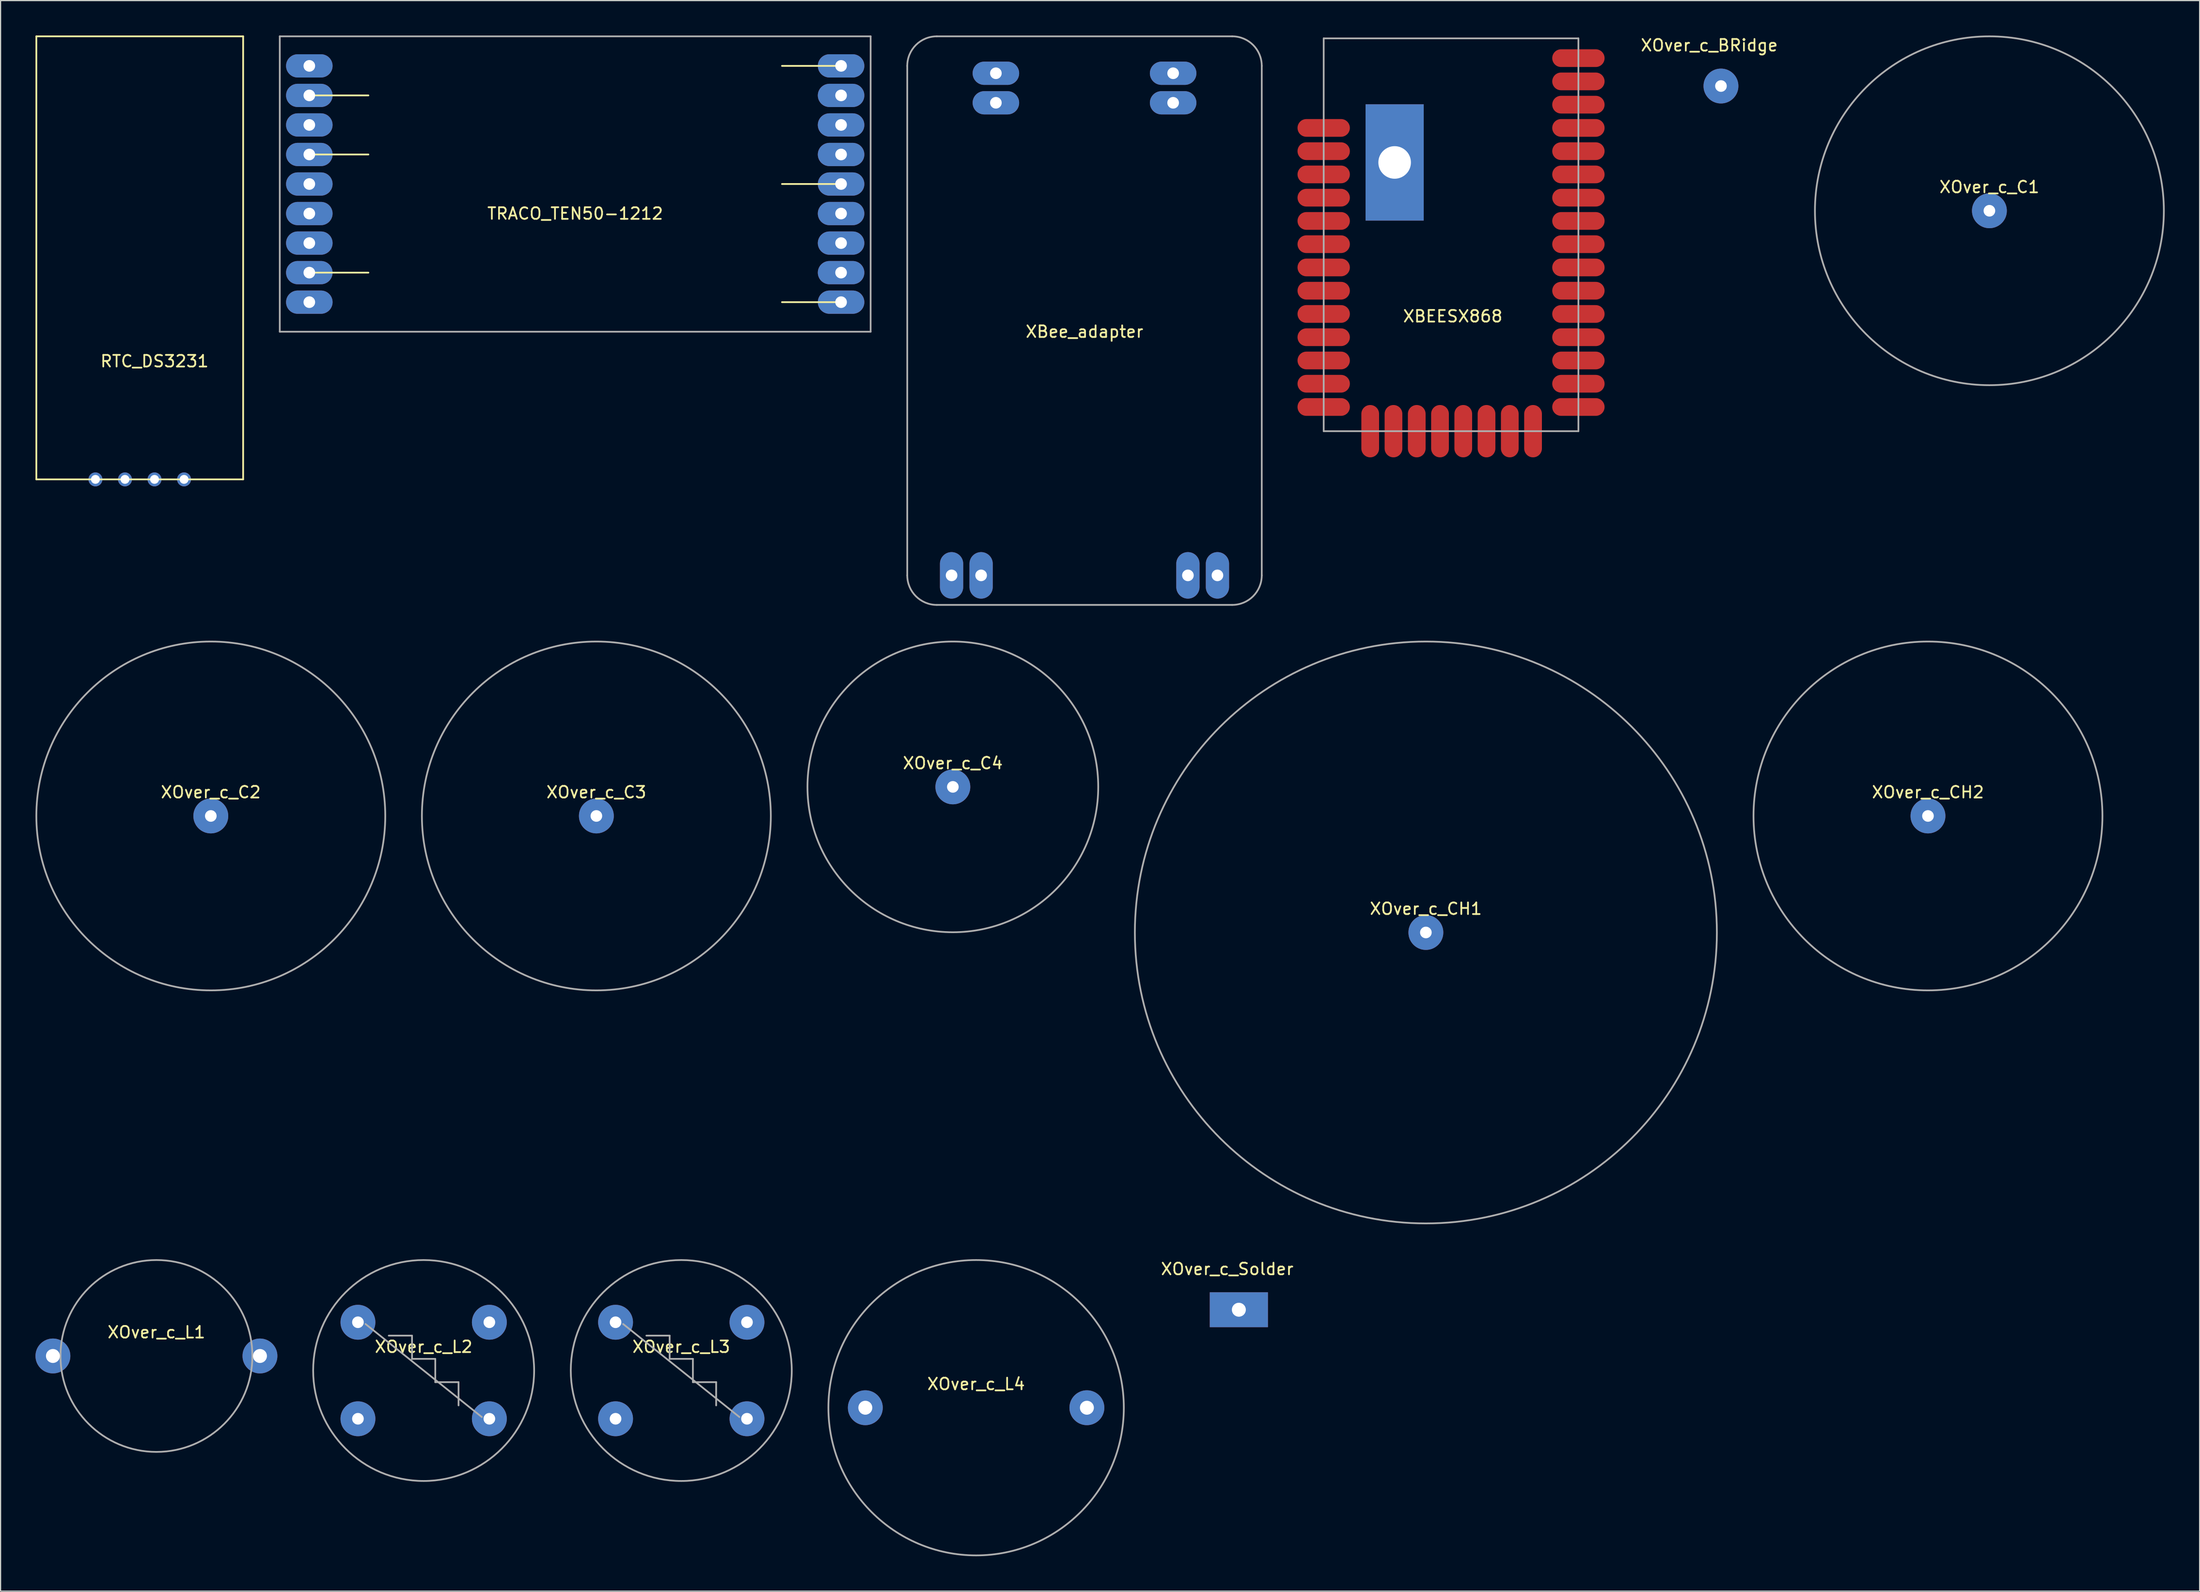
<source format=kicad_pcb>
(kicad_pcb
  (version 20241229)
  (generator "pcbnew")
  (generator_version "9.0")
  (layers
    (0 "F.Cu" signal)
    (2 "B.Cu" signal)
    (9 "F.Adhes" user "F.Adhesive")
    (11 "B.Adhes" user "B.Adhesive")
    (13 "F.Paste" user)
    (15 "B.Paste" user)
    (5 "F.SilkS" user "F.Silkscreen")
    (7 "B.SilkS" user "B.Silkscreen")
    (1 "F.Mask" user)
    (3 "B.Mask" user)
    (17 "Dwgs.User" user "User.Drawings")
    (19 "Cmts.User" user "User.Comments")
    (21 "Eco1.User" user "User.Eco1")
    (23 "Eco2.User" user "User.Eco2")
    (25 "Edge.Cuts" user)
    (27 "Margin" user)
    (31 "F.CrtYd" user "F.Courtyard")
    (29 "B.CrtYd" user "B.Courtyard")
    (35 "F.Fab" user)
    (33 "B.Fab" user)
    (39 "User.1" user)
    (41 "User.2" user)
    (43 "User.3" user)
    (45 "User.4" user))
  (footprint "XOver_c_C1"
    (layer "F.Cu")
    (at 167.997 15.075)
    (property "Reference" "XOver_c_C1" (at 0 -2.04 0) (layer "F.SilkS") (effects (font (size 1 1) (thickness 0.15))))
    (attr through_hole)
    (fp_circle (center 0 0) (end 15 0) (stroke (width 0.15) (type solid)) (fill no) (layer "F.Fab"))
    (pad "1" thru_hole circle (at 0 0) (size 3 3) (drill 1) (layers "*.Mask" "B.Cu")))
  (footprint "XOver_c_L3"
    (layer "F.Cu")
    (at 55.525 114.81)
    (property "Reference" "XOver_c_L3" (at 0 -2.04 0) (layer "F.SilkS") (effects (font (size 1 1) (thickness 0.15))))
    (attr through_hole)
    (fp_line (start -5 -4) (end 5 4) (stroke (width 0.15) (type solid)) (layer "F.Fab"))
    (fp_line (start -3 -3) (end -1 -3) (stroke (width 0.15) (type solid)) (layer "F.Fab"))
    (fp_line (start -1 -3) (end -1 -1) (stroke (width 0.15) (type solid)) (layer "F.Fab"))
    (fp_line (start -1 -1) (end 1 -1) (stroke (width 0.15) (type solid)) (layer "F.Fab"))
    (fp_line (start 1 -1) (end 1 1) (stroke (width 0.15) (type solid)) (layer "F.Fab"))
    (fp_line (start 1 1) (end 3 1) (stroke (width 0.15) (type solid)) (layer "F.Fab"))
    (fp_line (start 3 1) (end 3 3) (stroke (width 0.15) (type solid)) (layer "F.Fab"))
    (fp_circle (center 0 0) (end 9.5 0) (stroke (width 0.15) (type solid)) (fill no) (layer "F.Fab"))
    (pad "1" thru_hole circle (at 5.65 4.15) (size 3 3) (drill 1) (layers "*.Cu" "*.Mask"))
    (pad "2" thru_hole circle (at -5.65 4.15) (size 3 3) (drill 1) (layers "*.Cu" "*.Mask"))
    (pad "3" thru_hole circle (at -5.65 -4.15) (size 3 3) (drill 1) (layers "*.Cu" "*.Mask"))
    (pad "4" thru_hole circle (at 5.65 -4.15) (size 3 3) (drill 1) (layers "*.Cu" "*.Mask")))
  (footprint "XOver_c_CH2"
    (layer "F.Cu")
    (at 162.715 67.12)
    (property "Reference" "XOver_c_CH2" (at 0 -2.04 0) (layer "F.SilkS") (effects (font (size 1 1) (thickness 0.15))))
    (attr through_hole)
    (fp_circle (center 0 0) (end 15 0) (stroke (width 0.15) (type solid)) (fill no) (layer "F.Fab"))
    (pad "1" thru_hole circle (at 0 0) (size 3 3) (drill 1) (layers "*.Mask" "B.Cu")))
  (footprint "XOver_c_C2"
    (layer "F.Cu")
    (at 15.075 67.12)
    (property "Reference" "XOver_c_C2" (at 0 -2.04 0) (layer "F.SilkS") (effects (font (size 1 1) (thickness 0.15))))
    (attr through_hole)
    (fp_circle (center 0 0) (end 15 0) (stroke (width 0.15) (type solid)) (fill no) (layer "F.Fab"))
    (pad "1" thru_hole circle (at 0 0) (size 3 3) (drill 1) (layers "*.Mask" "B.Cu")))
  (footprint "RTC_DS3231"
    (layer "F.Cu")
    (at 10.235 33.095)
    (property "Reference" "RTC_DS3231" (at 0 -5.08 0) (layer "F.SilkS") (effects (font (size 1 1) (thickness 0.15))))
    (attr through_hole)
    (fp_line (start -10.16 -33.02) (end -10.16 5.08) (stroke (width 0.15) (type solid)) (layer "F.SilkS"))
    (fp_line (start -10.16 5.08) (end 7.62 5.08) (stroke (width 0.15) (type solid)) (layer "F.SilkS"))
    (fp_line (start 7.62 -33.02) (end -10.16 -33.02) (stroke (width 0.15) (type solid)) (layer "F.SilkS"))
    (fp_line (start 7.62 5.08) (end 7.62 -33.02) (stroke (width 0.15) (type solid)) (layer "F.SilkS"))
    (pad "1" thru_hole circle (at -5.08 5.08) (size 1.2 1.2) (drill 0.762) (layers "*.Cu" "*.Mask"))
    (pad "2" thru_hole circle (at -2.54 5.08) (size 1.2 1.2) (drill 0.762) (layers "*.Cu" "*.Mask"))
    (pad "3" thru_hole circle (at 0 5.08) (size 1.2 1.2) (drill 0.762) (layers "*.Cu" "*.Mask"))
    (pad "4" thru_hole circle (at 2.54 5.08) (size 1.2 1.2) (drill 0.762) (layers "*.Cu" "*.Mask")))
  (footprint "XOver_c_C3"
    (layer "F.Cu")
    (at 48.225 67.12)
    (property "Reference" "XOver_c_C3" (at 0 -2.04 0) (layer "F.SilkS") (effects (font (size 1 1) (thickness 0.15))))
    (attr through_hole)
    (fp_circle (center 0 0) (end 15 0) (stroke (width 0.15) (type solid)) (fill no) (layer "F.Fab"))
    (pad "1" thru_hole circle (at 0 0) (size 3 3) (drill 1) (layers "*.Mask" "B.Cu")))
  (footprint "XBEESX868"
    (layer "F.Cu")
    (at 110.76 0.25)
    (property "Reference" "XBEESX868" (at 11.1 23.9 0) (layer "F.SilkS") (effects (font (size 1 1) (thickness 0.15))))
    (attr through_hole)
    (fp_line (start 0 0) (end 0 33.78) (stroke (width 0.15) (type solid)) (layer "F.Fab"))
    (fp_line (start 0 0) (end 21.9 0) (stroke (width 0.15) (type solid)) (layer "F.Fab"))
    (fp_line (start 0 33.78) (end 21.9 33.78) (stroke (width 0.15) (type solid)) (layer "F.Fab"))
    (fp_line (start 21.9 0) (end 21.9 33.78) (stroke (width 0.15) (type solid)) (layer "F.Fab"))
    (pad "1" smd oval (at 0 7.7) (size 4.5 1.524) (layers "F.Cu" "F.Mask" "F.Paste"))
    (pad "2" smd oval (at 0 9.7) (size 4.5 1.524) (layers "F.Cu" "F.Mask" "F.Paste"))
    (pad "3" smd oval (at 0 11.7) (size 4.5 1.524) (layers "F.Cu" "F.Mask" "F.Paste"))
    (pad "4" smd oval (at 0 13.7) (size 4.5 1.524) (layers "F.Cu" "F.Mask" "F.Paste"))
    (pad "5" smd oval (at 0 15.7) (size 4.5 1.524) (layers "F.Cu" "F.Mask" "F.Paste"))
    (pad "6" smd oval (at 0 17.7) (size 4.5 1.524) (layers "F.Cu" "F.Mask" "F.Paste"))
    (pad "7" smd oval (at 0 19.7) (size 4.5 1.524) (layers "F.Cu" "F.Mask" "F.Paste"))
    (pad "8" smd oval (at 0 21.7) (size 4.5 1.524) (layers "F.Cu" "F.Mask" "F.Paste"))
    (pad "9" smd oval (at 0 23.7) (size 4.5 1.524) (layers "F.Cu" "F.Mask" "F.Paste"))
    (pad "10" smd oval (at 0 25.7) (size 4.5 1.524) (layers "F.Cu" "F.Mask" "F.Paste"))
    (pad "11" smd oval (at 0 27.7) (size 4.5 1.524) (layers "F.Cu" "F.Mask" "F.Paste"))
    (pad "12" smd oval (at 0 29.7) (size 4.5 1.524) (layers "F.Cu" "F.Mask" "F.Paste"))
    (pad "13" smd oval (at 0 31.7) (size 4.5 1.524) (layers "F.Cu" "F.Mask" "F.Paste"))
    (pad "14" smd oval (at 4 33.78) (size 1.524 4.5) (layers "F.Cu" "F.Mask" "F.Paste"))
    (pad "15" smd oval (at 6 33.78) (size 1.524 4.5) (layers "F.Cu" "F.Mask" "F.Paste"))
    (pad "16" smd oval (at 8 33.78) (size 1.524 4.5) (layers "F.Cu" "F.Mask" "F.Paste"))
    (pad "17" smd oval (at 10 33.78) (size 1.524 4.5) (layers "F.Cu" "F.Mask" "F.Paste"))
    (pad "18" smd oval (at 12 33.78) (size 1.524 4.5) (layers "F.Cu" "F.Mask" "F.Paste"))
    (pad "19" smd oval (at 14 33.78) (size 1.524 4.5) (layers "F.Cu" "F.Mask" "F.Paste"))
    (pad "20" smd oval (at 16 33.78) (size 1.524 4.5) (layers "F.Cu" "F.Mask" "F.Paste"))
    (pad "21" smd oval (at 18 33.78) (size 1.524 4.5) (layers "F.Cu" "F.Mask" "F.Paste"))
    (pad "22" smd oval (at 21.9 31.7) (size 4.5 1.524) (layers "F.Cu" "F.Mask" "F.Paste"))
    (pad "23" smd oval (at 21.9 29.7) (size 4.5 1.524) (layers "F.Cu" "F.Mask" "F.Paste"))
    (pad "24" smd oval (at 21.9 27.7) (size 4.5 1.524) (layers "F.Cu" "F.Mask" "F.Paste"))
    (pad "25" smd oval (at 21.9 25.7) (size 4.5 1.524) (layers "F.Cu" "F.Mask" "F.Paste"))
    (pad "26" smd oval (at 21.9 23.7) (size 4.5 1.524) (layers "F.Cu" "F.Mask" "F.Paste"))
    (pad "27" smd oval (at 21.9 21.7) (size 4.5 1.524) (layers "F.Cu" "F.Mask" "F.Paste"))
    (pad "28" smd oval (at 21.9 19.7) (size 4.5 1.524) (layers "F.Cu" "F.Mask" "F.Paste"))
    (pad "29" smd oval (at 21.9 17.7) (size 4.5 1.524) (layers "F.Cu" "F.Mask" "F.Paste"))
    (pad "30" smd oval (at 21.9 15.7) (size 4.5 1.524) (layers "F.Cu" "F.Mask" "F.Paste"))
    (pad "31" smd oval (at 21.9 13.7) (size 4.5 1.524) (layers "F.Cu" "F.Mask" "F.Paste"))
    (pad "32" smd oval (at 21.9 11.7) (size 4.5 1.524) (layers "F.Cu" "F.Mask" "F.Paste"))
    (pad "33" smd oval (at 21.9 9.7) (size 4.5 1.524) (layers "F.Cu" "F.Mask" "F.Paste"))
    (pad "34" smd oval (at 21.9 7.7) (size 4.5 1.524) (layers "F.Cu" "F.Mask" "F.Paste"))
    (pad "35" smd oval (at 21.9 5.7) (size 4.5 1.524) (layers "F.Cu" "F.Mask" "F.Paste"))
    (pad "36" smd oval (at 21.9 3.7) (size 4.5 1.524) (layers "F.Cu" "F.Mask" "F.Paste"))
    (pad "37" smd oval (at 21.9 1.7) (size 4.5 1.524) (layers "F.Cu" "F.Mask" "F.Paste"))
    (pad "38" thru_hole rect (at 6.1 10.67) (size 5 10) (drill 2.8) (layers "*.Cu" "*.Paste" "*.Mask")))
  (footprint "XBee_adapter"
    (layer "F.Cu")
    (at 82.575 3.25)
    (property "Reference" "XBee_adapter" (at 7.62 22.225 0) (layer "F.SilkS") (effects (font (size 1 1) (thickness 0.15))))
    (attr through_hole)
    (fp_line (start -7.62 -0.635) (end -7.62 43.18) (stroke (width 0.15) (type solid)) (layer "F.Fab"))
    (fp_line (start -5.08 -3.175) (end 20.32 -3.175) (stroke (width 0.15) (type solid)) (layer "F.Fab"))
    (fp_line (start -5.08 45.72) (end 20.32 45.72) (stroke (width 0.15) (type solid)) (layer "F.Fab"))
    (fp_line (start 22.86 43.18) (end 22.86 -0.635) (stroke (width 0.15) (type solid)) (layer "F.Fab"))
    (fp_arc (start -7.62 -0.635) (mid -6.876051 -2.431051) (end -5.08 -3.175) (stroke (width 0.15) (type solid)) (layer "F.Fab"))
    (fp_arc (start -5.08 45.72) (mid -6.876051 44.976051) (end -7.62 43.18) (stroke (width 0.15) (type solid)) (layer "F.Fab"))
    (fp_arc (start 20.32 -3.175) (mid 22.116051 -2.431051) (end 22.86 -0.635) (stroke (width 0.15) (type solid)) (layer "F.Fab"))
    (fp_arc (start 22.86 43.18) (mid 22.116051 44.976051) (end 20.32 45.72) (stroke (width 0.15) (type solid)) (layer "F.Fab"))
    (pad "1" thru_hole oval (at 15.24 0) (size 4 2) (drill 1) (layers "*.Cu" "*.Mask"))
    (pad "2" thru_hole oval (at 15.24 2.54) (size 4 2) (drill 1) (layers "*.Cu" "*.Mask"))
    (pad "3" thru_hole oval (at 0 0) (size 4 2) (drill 1) (layers "*.Cu" "*.Mask"))
    (pad "4" thru_hole oval (at 0 2.54) (size 4 2) (drill 1) (layers "*.Cu" "*.Mask"))
    (pad "5" thru_hole oval (at 16.51 43.18) (size 2 4) (drill 1) (layers "*.Cu" "*.Mask"))
    (pad "6" thru_hole oval (at 19.05 43.18) (size 2 4) (drill 1) (layers "*.Cu" "*.Mask"))
    (pad "7" thru_hole oval (at -1.27 43.18) (size 2 4) (drill 1) (layers "*.Cu" "*.Mask"))
    (pad "8" thru_hole oval (at -3.81 43.18) (size 2 4) (drill 1) (layers "*.Cu" "*.Mask")))
  (footprint "XOver_c_BRidge"
    (layer "F.Cu")
    (at 144.916 4.348)
    (property "Reference" "XOver_c_BRidge" (at -1 -3.5 0) (layer "F.SilkS") (effects (font (size 1 1) (thickness 0.15))))
    (attr through_hole)
    (pad "1" thru_hole circle (at 0 0) (size 3 3) (drill 1) (layers "*.Mask" "B.Cu")))
  (footprint "XOver_c_L2"
    (layer "F.Cu")
    (at 33.375 114.81)
    (property "Reference" "XOver_c_L2" (at 0 -2.04 0) (layer "F.SilkS") (effects (font (size 1 1) (thickness 0.15))))
    (attr through_hole)
    (fp_line (start -5 -4) (end 5 4) (stroke (width 0.15) (type solid)) (layer "F.Fab"))
    (fp_line (start -3 -3) (end -1 -3) (stroke (width 0.15) (type solid)) (layer "F.Fab"))
    (fp_line (start -1 -3) (end -1 -1) (stroke (width 0.15) (type solid)) (layer "F.Fab"))
    (fp_line (start -1 -1) (end 1 -1) (stroke (width 0.15) (type solid)) (layer "F.Fab"))
    (fp_line (start 1 -1) (end 1 1) (stroke (width 0.15) (type solid)) (layer "F.Fab"))
    (fp_line (start 1 1) (end 3 1) (stroke (width 0.15) (type solid)) (layer "F.Fab"))
    (fp_line (start 3 1) (end 3 3) (stroke (width 0.15) (type solid)) (layer "F.Fab"))
    (fp_circle (center 0 0) (end 9.5 0) (stroke (width 0.15) (type solid)) (fill no) (layer "F.Fab"))
    (pad "1" thru_hole circle (at 5.65 4.15) (size 3 3) (drill 1) (layers "*.Cu" "*.Mask"))
    (pad "2" thru_hole circle (at -5.65 4.15) (size 3 3) (drill 1) (layers "*.Cu" "*.Mask"))
    (pad "3" thru_hole circle (at -5.65 -4.15) (size 3 3) (drill 1) (layers "*.Cu" "*.Mask"))
    (pad "4" thru_hole circle (at 5.65 -4.15) (size 3 3) (drill 1) (layers "*.Cu" "*.Mask")))
  (footprint "XOver_c_Solder"
    (layer "F.Cu")
    (at 103.465 109.583)
    (property "Reference" "XOver_c_Solder" (at -1 -3.5 0) (layer "F.SilkS") (effects (font (size 1 1) (thickness 0.15))))
    (attr through_hole)
    (pad "1" thru_hole rect (at 0 0) (size 5 3) (drill 1.2) (layers "*.Cu" "*.Mask")))
  (footprint "XOver_c_CH1"
    (layer "F.Cu")
    (at 119.545 77.14)
    (property "Reference" "XOver_c_CH1" (at 0 -2.04 0) (layer "F.SilkS") (effects (font (size 1 1) (thickness 0.15))))
    (attr through_hole)
    (fp_circle (center 0 0) (end 25 -1) (stroke (width 0.15) (type solid)) (fill no) (layer "F.Fab"))
    (pad "1" thru_hole circle (at 0 0) (size 3 3) (drill 1) (layers "*.Mask" "B.Cu")))
  (footprint "TRACO_TEN50-1212"
    (layer "F.Cu")
    (at 46.405 12.775)
    (property "Reference" "TRACO_TEN50-1212" (at 0 2.54 0) (layer "F.SilkS") (effects (font (size 1 1) (thickness 0.15))))
    (attr through_hole)
    (fp_line (start -22.86 -7.62) (end -17.78 -7.62) (stroke (width 0.15) (type solid)) (layer "F.SilkS"))
    (fp_line (start -22.86 -2.54) (end -17.78 -2.54) (stroke (width 0.15) (type solid)) (layer "F.SilkS"))
    (fp_line (start -22.86 7.62) (end -17.78 7.62) (stroke (width 0.15) (type solid)) (layer "F.SilkS"))
    (fp_line (start 22.86 -10.16) (end 17.78 -10.16) (stroke (width 0.15) (type solid)) (layer "F.SilkS"))
    (fp_line (start 22.86 0) (end 17.78 0) (stroke (width 0.15) (type solid)) (layer "F.SilkS"))
    (fp_line (start 22.86 10.16) (end 17.78 10.16) (stroke (width 0.15) (type solid)) (layer "F.SilkS"))
    (fp_line (start -25.4 -12.7) (end 25.4 -12.7) (stroke (width 0.15) (type solid)) (layer "F.Fab"))
    (fp_line (start -25.4 12.7) (end -25.4 -12.7) (stroke (width 0.15) (type solid)) (layer "F.Fab"))
    (fp_line (start 25.4 -12.7) (end 25.4 12.7) (stroke (width 0.15) (type solid)) (layer "F.Fab"))
    (fp_line (start 25.4 12.7) (end -25.4 12.7) (stroke (width 0.15) (type solid)) (layer "F.Fab"))
    (pad "1" thru_hole oval (at -22.86 -7.62) (size 4 2) (drill 1) (layers "*.Cu" "*.Mask"))
    (pad "2" thru_hole oval (at -22.86 -2.54) (size 4 2) (drill 1) (layers "*.Cu" "*.Mask"))
    (pad "3" thru_hole oval (at -22.86 7.62) (size 4 2) (drill 1) (layers "*.Cu" "*.Mask"))
    (pad "4" thru_hole oval (at 22.86 -10.16) (size 4 2) (drill 1) (layers "*.Cu" "*.Mask"))
    (pad "5" thru_hole oval (at 22.86 0) (size 4 2) (drill 1) (layers "*.Cu" "*.Mask"))
    (pad "6" thru_hole oval (at 22.86 10.16) (size 4 2) (drill 1) (layers "*.Cu" "*.Mask"))
    (pad "7" thru_hole oval (at -22.86 -10.16) (size 4 2) (drill 1) (layers "*.Cu" "*.Mask"))
    (pad "8" thru_hole oval (at -22.86 -5.08) (size 4 2) (drill 1) (layers "*.Cu" "*.Mask"))
    (pad "9" thru_hole oval (at -22.86 2.54) (size 4 2) (drill 1) (layers "*.Cu" "*.Mask"))
    (pad "10" thru_hole oval (at -22.86 5.08) (size 4 2) (drill 1) (layers "*.Cu" "*.Mask"))
    (pad "11" thru_hole oval (at -22.86 10.16) (size 4 2) (drill 1) (layers "*.Cu" "*.Mask"))
    (pad "12" thru_hole oval (at 22.86 -7.62) (size 4 2) (drill 1) (layers "*.Cu" "*.Mask"))
    (pad "13" thru_hole oval (at 22.86 -5.08) (size 4 2) (drill 1) (layers "*.Cu" "*.Mask"))
    (pad "14" thru_hole oval (at 22.86 -2.54) (size 4 2) (drill 1) (layers "*.Cu" "*.Mask"))
    (pad "15" thru_hole oval (at 22.86 2.54) (size 4 2) (drill 1) (layers "*.Cu" "*.Mask"))
    (pad "16" thru_hole oval (at 22.86 5.08) (size 4 2) (drill 1) (layers "*.Cu" "*.Mask"))
    (pad "17" thru_hole oval (at 22.86 7.62) (size 4 2) (drill 1) (layers "*.Cu" "*.Mask"))
    (pad "18" thru_hole oval (at -22.86 0) (size 4 2) (drill 1) (layers "*.Cu" "*.Mask")))
  (footprint "XOver_c_L1"
    (layer "F.Cu")
    (at 10.4 113.56)
    (property "Reference" "XOver_c_L1" (at 0 -2.04 0) (layer "F.SilkS") (effects (font (size 1 1) (thickness 0.15))))
    (attr through_hole)
    (fp_circle (center 0 0) (end 8.25 0) (stroke (width 0.15) (type solid)) (fill no) (layer "F.Fab"))
    (pad "1" thru_hole circle (at 8.9 0) (size 3 3) (drill 1.2) (layers "*.Mask" "B.Cu"))
    (pad "2" thru_hole circle (at -8.9 0) (size 3 3) (drill 1.2) (layers "*.Mask" "B.Cu")))
  (footprint "XOver_c_C4"
    (layer "F.Cu")
    (at 78.875 64.62)
    (property "Reference" "XOver_c_C4" (at 0 -2.04 0) (layer "F.SilkS") (effects (font (size 1 1) (thickness 0.15))))
    (attr through_hole)
    (fp_circle (center 0 0) (end 12.5 0) (stroke (width 0.15) (type solid)) (fill no) (layer "F.Fab"))
    (pad "1" thru_hole circle (at 0 0) (size 3 3) (drill 1) (layers "*.Mask" "B.Cu")))
  (footprint "XOver_c_L4"
    (layer "F.Cu")
    (at 80.875 118.01)
    (property "Reference" "XOver_c_L4" (at 0 -2.04 0) (layer "F.SilkS") (effects (font (size 1 1) (thickness 0.15))))
    (attr through_hole)
    (fp_circle (center 0 0) (end 12.7 0) (stroke (width 0.15) (type solid)) (fill no) (layer "F.Fab"))
    (pad "1" thru_hole circle (at 9.525 0) (size 3 3) (drill 1.2) (layers "*.Mask" "B.Cu"))
    (pad "2" thru_hole circle (at -9.525 0) (size 3 3) (drill 1.2) (layers "*.Mask" "B.Cu")))
  (gr_rect
    (start -3 -3)
    (end 186.072 133.785)
    (stroke (width 0.1) (type default))
    (fill no)
    (layer "Edge.Cuts")))
</source>
